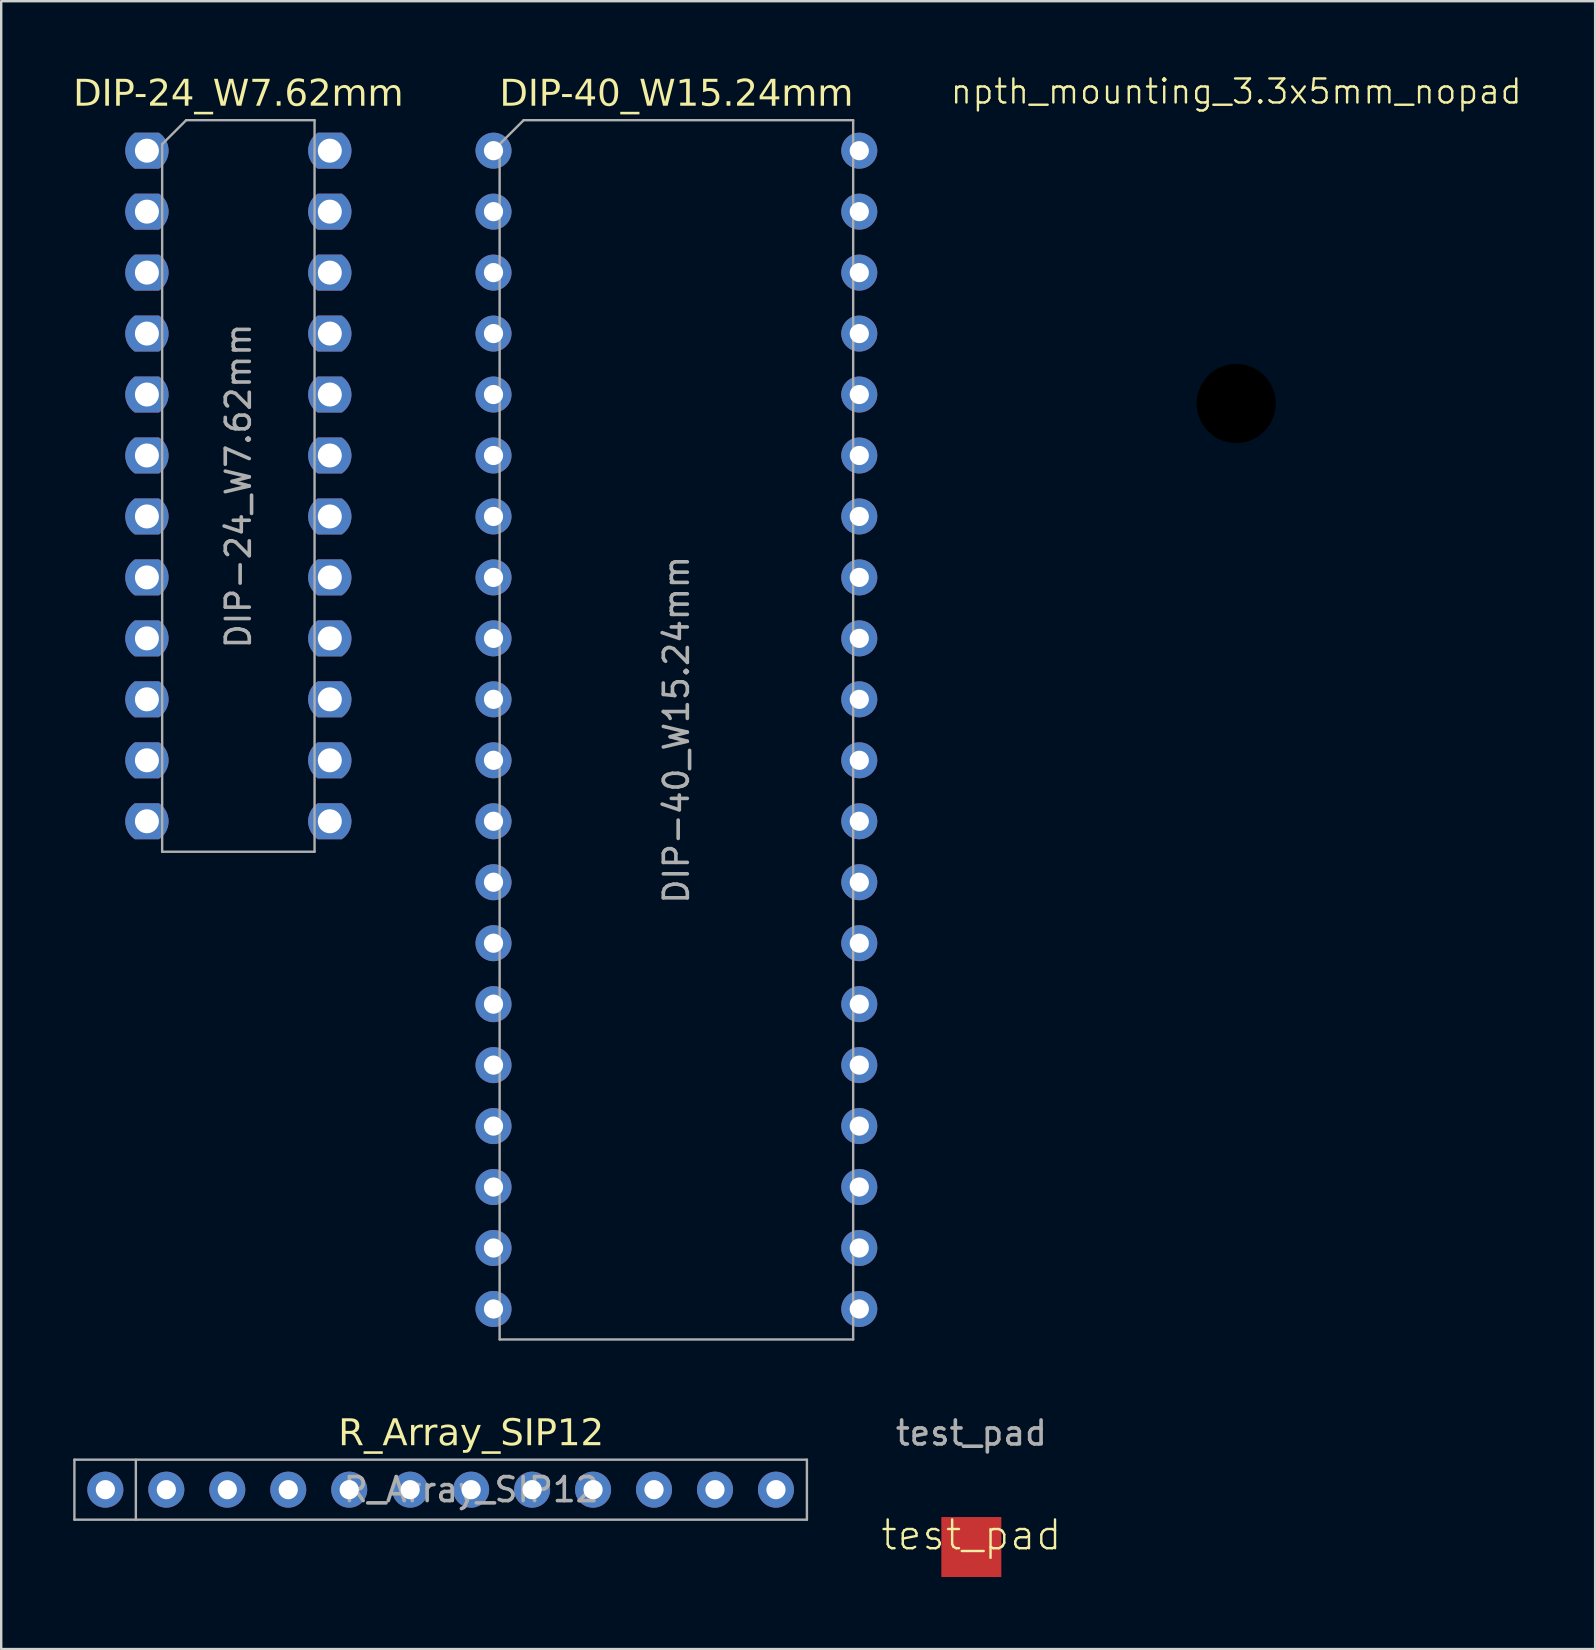
<source format=kicad_pcb>
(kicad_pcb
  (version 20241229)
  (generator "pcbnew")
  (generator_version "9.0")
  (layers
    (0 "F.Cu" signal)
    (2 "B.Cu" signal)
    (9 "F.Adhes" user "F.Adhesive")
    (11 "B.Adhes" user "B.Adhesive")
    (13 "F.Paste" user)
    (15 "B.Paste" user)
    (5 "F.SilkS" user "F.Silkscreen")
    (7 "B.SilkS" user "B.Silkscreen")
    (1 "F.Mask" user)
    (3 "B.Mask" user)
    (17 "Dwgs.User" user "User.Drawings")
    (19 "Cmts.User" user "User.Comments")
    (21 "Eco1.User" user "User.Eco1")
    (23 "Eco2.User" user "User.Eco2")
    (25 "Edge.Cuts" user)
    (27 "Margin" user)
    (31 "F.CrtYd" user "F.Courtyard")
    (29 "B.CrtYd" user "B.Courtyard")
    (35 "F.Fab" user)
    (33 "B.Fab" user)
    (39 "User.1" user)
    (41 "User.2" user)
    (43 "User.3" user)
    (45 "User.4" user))
  (footprint "R_Array_SIP12"
    (layer "F.Cu")
    (at 1.34 59.017)
    (property "Reference" "R_Array_SIP12" (at 15.24 -2.31 0) (layer "F.SilkS") (effects (font (face "FMD_PCB") (size 1.1 1.1) (thickness 0.15))))
    (attr through_hole)
    (fp_line (start -1.29 -1.25) (end -1.29 1.25) (stroke (width 0.1) (type solid)) (layer "F.Fab"))
    (fp_line (start -1.29 1.25) (end 29.23 1.25) (stroke (width 0.1) (type solid)) (layer "F.Fab"))
    (fp_line (start 1.27 -1.25) (end 1.27 1.25) (stroke (width 0.1) (type solid)) (layer "F.Fab"))
    (fp_line (start 29.23 -1.25) (end -1.29 -1.25) (stroke (width 0.1) (type solid)) (layer "F.Fab"))
    (fp_line (start 29.23 1.25) (end 29.23 -1.25) (stroke (width 0.1) (type solid)) (layer "F.Fab"))
    (fp_text user "${REFERENCE}" (at 15.24 0 0) (layer "F.Fab") (effects (font (size 1 1) (thickness 0.15))))
    (pad "1" thru_hole circle (at 0 0) (size 1.5 1.5) (drill 0.8) (layers "*.Cu" "*.Mask"))
    (pad "2" thru_hole circle (at 2.54 0) (size 1.5 1.5) (drill 0.8) (layers "*.Cu" "*.Mask"))
    (pad "3" thru_hole circle (at 5.08 0) (size 1.5 1.5) (drill 0.8) (layers "*.Cu" "*.Mask"))
    (pad "4" thru_hole circle (at 7.62 0) (size 1.5 1.5) (drill 0.8) (layers "*.Cu" "*.Mask"))
    (pad "5" thru_hole circle (at 10.16 0) (size 1.5 1.5) (drill 0.8) (layers "*.Cu" "*.Mask"))
    (pad "6" thru_hole circle (at 12.7 0) (size 1.5 1.5) (drill 0.8) (layers "*.Cu" "*.Mask"))
    (pad "7" thru_hole circle (at 15.24 0) (size 1.5 1.5) (drill 0.8) (layers "*.Cu" "*.Mask"))
    (pad "8" thru_hole circle (at 17.78 0) (size 1.5 1.5) (drill 0.8) (layers "*.Cu" "*.Mask"))
    (pad "9" thru_hole circle (at 20.32 0) (size 1.5 1.5) (drill 0.8) (layers "*.Cu" "*.Mask"))
    (pad "10" thru_hole circle (at 22.86 0) (size 1.5 1.5) (drill 0.8) (layers "*.Cu" "*.Mask"))
    (pad "11" thru_hole circle (at 25.4 0) (size 1.5 1.5) (drill 0.8) (layers "*.Cu" "*.Mask"))
    (pad "12" thru_hole circle (at 27.94 0) (size 1.5 1.5) (drill 0.8) (layers "*.Cu" "*.Mask")))
  (footprint "test_pad"
    (layer "F.Cu")
    (at 37.421 61.407)
    (property "Reference" "test_pad" (at 0 -0.5 0) (unlocked yes) (layer "F.SilkS") (effects (font (size 1.2 1.2) (thickness 0.1))))
    (attr smd)
    (fp_text user "${REFERENCE}" (at 0 -4.75 0) (unlocked yes) (layer "F.Fab") (effects (font (size 1 1) (thickness 0.15))))
    (pad "1" smd rect (at 0 0) (size 2.5 2.5) (layers "F.Cu" "F.Mask" "F.Paste")))
  (footprint "DIP-40_W15.24mm"
    (layer "F.Cu")
    (at 17.512 3.228)
    (property "Reference" "DIP-40_W15.24mm" (at 7.62 -2.33 0) (layer "F.SilkS") (effects (font (face "FMD_PCB") (size 1.1 1.1) (thickness 0.15))))
    (attr through_hole)
    (fp_line (start 0.255 -0.27) (end 1.255 -1.27) (stroke (width 0.1) (type solid)) (layer "F.Fab"))
    (fp_line (start 0.255 49.53) (end 0.255 -0.27) (stroke (width 0.1) (type solid)) (layer "F.Fab"))
    (fp_line (start 1.255 -1.27) (end 14.985 -1.27) (stroke (width 0.1) (type solid)) (layer "F.Fab"))
    (fp_line (start 14.985 -1.27) (end 14.985 49.53) (stroke (width 0.1) (type solid)) (layer "F.Fab"))
    (fp_line (start 14.985 49.53) (end 0.255 49.53) (stroke (width 0.1) (type solid)) (layer "F.Fab"))
    (fp_text user "${REFERENCE}" (at 7.62 24.13 90) (layer "F.Fab") (effects (font (size 1 1) (thickness 0.15))))
    (pad "1" thru_hole circle (at 0 0) (size 1.5 1.5) (drill 0.8) (layers "*.Cu" "*.Mask"))
    (pad "2" thru_hole circle (at 0 2.54) (size 1.5 1.5) (drill 0.8) (layers "*.Cu" "*.Mask"))
    (pad "3" thru_hole circle (at 0 5.08) (size 1.5 1.5) (drill 0.8) (layers "*.Cu" "*.Mask"))
    (pad "4" thru_hole circle (at 0 7.62) (size 1.5 1.5) (drill 0.8) (layers "*.Cu" "*.Mask"))
    (pad "5" thru_hole circle (at 0 10.16) (size 1.5 1.5) (drill 0.8) (layers "*.Cu" "*.Mask"))
    (pad "6" thru_hole circle (at 0 12.7) (size 1.5 1.5) (drill 0.8) (layers "*.Cu" "*.Mask"))
    (pad "7" thru_hole circle (at 0 15.24) (size 1.5 1.5) (drill 0.8) (layers "*.Cu" "*.Mask"))
    (pad "8" thru_hole circle (at 0 17.78) (size 1.5 1.5) (drill 0.8) (layers "*.Cu" "*.Mask"))
    (pad "9" thru_hole circle (at 0 20.32) (size 1.5 1.5) (drill 0.8) (layers "*.Cu" "*.Mask"))
    (pad "10" thru_hole circle (at 0 22.86) (size 1.5 1.5) (drill 0.8) (layers "*.Cu" "*.Mask"))
    (pad "11" thru_hole circle (at 0 25.4) (size 1.5 1.5) (drill 0.8) (layers "*.Cu" "*.Mask"))
    (pad "12" thru_hole circle (at 0 27.94) (size 1.5 1.5) (drill 0.8) (layers "*.Cu" "*.Mask"))
    (pad "13" thru_hole circle (at 0 30.48) (size 1.5 1.5) (drill 0.8) (layers "*.Cu" "*.Mask"))
    (pad "14" thru_hole circle (at 0 33.02) (size 1.5 1.5) (drill 0.8) (layers "*.Cu" "*.Mask"))
    (pad "15" thru_hole circle (at 0 35.56) (size 1.5 1.5) (drill 0.8) (layers "*.Cu" "*.Mask"))
    (pad "16" thru_hole circle (at 0 38.1) (size 1.5 1.5) (drill 0.8) (layers "*.Cu" "*.Mask"))
    (pad "17" thru_hole circle (at 0 40.64) (size 1.5 1.5) (drill 0.8) (layers "*.Cu" "*.Mask"))
    (pad "18" thru_hole circle (at 0 43.18) (size 1.5 1.5) (drill 0.8) (layers "*.Cu" "*.Mask"))
    (pad "19" thru_hole circle (at 0 45.72) (size 1.5 1.5) (drill 0.8) (layers "*.Cu" "*.Mask"))
    (pad "20" thru_hole circle (at 0 48.26) (size 1.5 1.5) (drill 0.8) (layers "*.Cu" "*.Mask"))
    (pad "21" thru_hole circle (at 15.24 48.26) (size 1.5 1.5) (drill 0.8) (layers "*.Cu" "*.Mask"))
    (pad "22" thru_hole circle (at 15.24 45.72) (size 1.5 1.5) (drill 0.8) (layers "*.Cu" "*.Mask"))
    (pad "23" thru_hole circle (at 15.24 43.18) (size 1.5 1.5) (drill 0.8) (layers "*.Cu" "*.Mask"))
    (pad "24" thru_hole circle (at 15.24 40.64) (size 1.5 1.5) (drill 0.8) (layers "*.Cu" "*.Mask"))
    (pad "25" thru_hole circle (at 15.24 38.1) (size 1.5 1.5) (drill 0.8) (layers "*.Cu" "*.Mask"))
    (pad "26" thru_hole circle (at 15.24 35.56) (size 1.5 1.5) (drill 0.8) (layers "*.Cu" "*.Mask"))
    (pad "27" thru_hole circle (at 15.24 33.02) (size 1.5 1.5) (drill 0.8) (layers "*.Cu" "*.Mask"))
    (pad "28" thru_hole circle (at 15.24 30.48) (size 1.5 1.5) (drill 0.8) (layers "*.Cu" "*.Mask"))
    (pad "29" thru_hole circle (at 15.24 27.94) (size 1.5 1.5) (drill 0.8) (layers "*.Cu" "*.Mask"))
    (pad "30" thru_hole circle (at 15.24 25.4) (size 1.5 1.5) (drill 0.8) (layers "*.Cu" "*.Mask"))
    (pad "31" thru_hole circle (at 15.24 22.86) (size 1.5 1.5) (drill 0.8) (layers "*.Cu" "*.Mask"))
    (pad "32" thru_hole circle (at 15.24 20.32) (size 1.5 1.5) (drill 0.8) (layers "*.Cu" "*.Mask"))
    (pad "33" thru_hole circle (at 15.24 17.78) (size 1.5 1.5) (drill 0.8) (layers "*.Cu" "*.Mask"))
    (pad "34" thru_hole circle (at 15.24 15.24) (size 1.5 1.5) (drill 0.8) (layers "*.Cu" "*.Mask"))
    (pad "35" thru_hole circle (at 15.24 12.7) (size 1.5 1.5) (drill 0.8) (layers "*.Cu" "*.Mask"))
    (pad "36" thru_hole circle (at 15.24 10.16) (size 1.5 1.5) (drill 0.8) (layers "*.Cu" "*.Mask"))
    (pad "37" thru_hole circle (at 15.24 7.62) (size 1.5 1.5) (drill 0.8) (layers "*.Cu" "*.Mask"))
    (pad "38" thru_hole circle (at 15.24 5.08) (size 1.5 1.5) (drill 0.8) (layers "*.Cu" "*.Mask"))
    (pad "39" thru_hole circle (at 15.24 2.54) (size 1.5 1.5) (drill 0.8) (layers "*.Cu" "*.Mask"))
    (pad "40" thru_hole circle (at 15.24 0) (size 1.5 1.5) (drill 0.8) (layers "*.Cu" "*.Mask")))
  (footprint "DIP-24_W7.62mm"
    (layer "F.Cu")
    (at 3.071 3.228)
    (property "Reference" "DIP-24_W7.62mm" (at 3.81 -2.33 0) (layer "F.SilkS") (effects (font (face "FMD_PCB") (size 1.1 1.1) (thickness 0.15))))
    (attr through_hole)
    (fp_line (start 0.635 -0.27) (end 1.635 -1.27) (stroke (width 0.1) (type solid)) (layer "F.Fab"))
    (fp_line (start 0.635 29.21) (end 0.635 -0.27) (stroke (width 0.1) (type solid)) (layer "F.Fab"))
    (fp_line (start 1.635 -1.27) (end 6.985 -1.27) (stroke (width 0.1) (type solid)) (layer "F.Fab"))
    (fp_line (start 6.985 -1.27) (end 6.985 29.21) (stroke (width 0.1) (type solid)) (layer "F.Fab"))
    (fp_line (start 6.985 29.21) (end 0.635 29.21) (stroke (width 0.1) (type solid)) (layer "F.Fab"))
    (fp_text user "${REFERENCE}" (at 3.81 13.97 90) (layer "F.Fab") (effects (font (size 1 1) (thickness 0.15))))
    (pad "1" thru_hole custom (at 0 0) (size 1.5 1.5) (drill 1) (layers "*.Cu" "*.Mask") (options (anchor circle)) (primitives (gr_poly (pts (arc (start -0.5 -0.75) (mid -0.901388 0) (end -0.5 0.75)) (arc (start 0.5 0.75) (mid 0.901388 0) (end 0.5 -0.75))) (width 0) (fill yes))))
    (pad "2" thru_hole custom (at 0 2.54) (size 1.5 1.5) (drill 1) (layers "*.Cu" "*.Mask") (options (anchor circle)) (primitives (gr_poly (pts (arc (start -0.5 -0.75) (mid -0.901388 0) (end -0.5 0.75)) (arc (start 0.5 0.75) (mid 0.901388 0) (end 0.5 -0.75))) (width 0) (fill yes))))
    (pad "3" thru_hole custom (at 0 5.08) (size 1.5 1.5) (drill 1) (layers "*.Cu" "*.Mask") (options (anchor circle)) (primitives (gr_poly (pts (arc (start -0.5 -0.75) (mid -0.901388 0) (end -0.5 0.75)) (arc (start 0.5 0.75) (mid 0.901388 0) (end 0.5 -0.75))) (width 0) (fill yes))))
    (pad "4" thru_hole custom (at 0 7.62) (size 1.5 1.5) (drill 1) (layers "*.Cu" "*.Mask") (options (anchor circle)) (primitives (gr_poly (pts (arc (start -0.5 -0.75) (mid -0.901388 0) (end -0.5 0.75)) (arc (start 0.5 0.75) (mid 0.901388 0) (end 0.5 -0.75))) (width 0) (fill yes))))
    (pad "5" thru_hole custom (at 0 10.16) (size 1.5 1.5) (drill 1) (layers "*.Cu" "*.Mask") (options (anchor circle)) (primitives (gr_poly (pts (arc (start -0.5 -0.75) (mid -0.901388 0) (end -0.5 0.75)) (arc (start 0.5 0.75) (mid 0.901388 0) (end 0.5 -0.75))) (width 0) (fill yes))))
    (pad "6" thru_hole custom (at 0 12.7) (size 1.5 1.5) (drill 1) (layers "*.Cu" "*.Mask") (options (anchor circle)) (primitives (gr_poly (pts (arc (start -0.5 -0.75) (mid -0.901388 0) (end -0.5 0.75)) (arc (start 0.5 0.75) (mid 0.901388 0) (end 0.5 -0.75))) (width 0) (fill yes))))
    (pad "7" thru_hole custom (at 0 15.24) (size 1.5 1.5) (drill 1) (layers "*.Cu" "*.Mask") (options (anchor circle)) (primitives (gr_poly (pts (arc (start -0.5 -0.75) (mid -0.901388 0) (end -0.5 0.75)) (arc (start 0.5 0.75) (mid 0.901388 0) (end 0.5 -0.75))) (width 0) (fill yes))))
    (pad "8" thru_hole custom (at 0 17.78) (size 1.5 1.5) (drill 1) (layers "*.Cu" "*.Mask") (options (anchor circle)) (primitives (gr_poly (pts (arc (start -0.5 -0.75) (mid -0.901388 0) (end -0.5 0.75)) (arc (start 0.5 0.75) (mid 0.901388 0) (end 0.5 -0.75))) (width 0) (fill yes))))
    (pad "9" thru_hole custom (at 0 20.32) (size 1.5 1.5) (drill 1) (layers "*.Cu" "*.Mask") (options (anchor circle)) (primitives (gr_poly (pts (arc (start -0.5 -0.75) (mid -0.901388 0) (end -0.5 0.75)) (arc (start 0.5 0.75) (mid 0.901388 0) (end 0.5 -0.75))) (width 0) (fill yes))))
    (pad "10" thru_hole custom (at 0 22.86) (size 1.5 1.5) (drill 1) (layers "*.Cu" "*.Mask") (options (anchor circle)) (primitives (gr_poly (pts (arc (start -0.5 -0.75) (mid -0.901388 0) (end -0.5 0.75)) (arc (start 0.5 0.75) (mid 0.901388 0) (end 0.5 -0.75))) (width 0) (fill yes))))
    (pad "11" thru_hole custom (at 0 25.4) (size 1.5 1.5) (drill 1) (layers "*.Cu" "*.Mask") (options (anchor circle)) (primitives (gr_poly (pts (arc (start -0.5 -0.75) (mid -0.901388 0) (end -0.5 0.75)) (arc (start 0.5 0.75) (mid 0.901388 0) (end 0.5 -0.75))) (width 0) (fill yes))))
    (pad "12" thru_hole custom (at 0 27.94) (size 1.5 1.5) (drill 1) (layers "*.Cu" "*.Mask") (options (anchor circle)) (primitives (gr_poly (pts (arc (start -0.5 -0.75) (mid -0.901388 0) (end -0.5 0.75)) (arc (start 0.5 0.75) (mid 0.901388 0) (end 0.5 -0.75))) (width 0) (fill yes))))
    (pad "13" thru_hole custom (at 7.62 27.94) (size 1.5 1.5) (drill 1) (layers "*.Cu" "*.Mask") (options (anchor circle)) (primitives (gr_poly (pts (arc (start -0.5 -0.75) (mid -0.901388 0) (end -0.5 0.75)) (arc (start 0.5 0.75) (mid 0.901388 0) (end 0.5 -0.75))) (width 0) (fill yes))))
    (pad "14" thru_hole custom (at 7.62 25.4) (size 1.5 1.5) (drill 1) (layers "*.Cu" "*.Mask") (options (anchor circle)) (primitives (gr_poly (pts (arc (start -0.5 -0.75) (mid -0.901388 0) (end -0.5 0.75)) (arc (start 0.5 0.75) (mid 0.901388 0) (end 0.5 -0.75))) (width 0) (fill yes))))
    (pad "15" thru_hole custom (at 7.62 22.86) (size 1.5 1.5) (drill 1) (layers "*.Cu" "*.Mask") (options (anchor circle)) (primitives (gr_poly (pts (arc (start -0.5 -0.75) (mid -0.901388 0) (end -0.5 0.75)) (arc (start 0.5 0.75) (mid 0.901388 0) (end 0.5 -0.75))) (width 0) (fill yes))))
    (pad "16" thru_hole custom (at 7.62 20.32) (size 1.5 1.5) (drill 1) (layers "*.Cu" "*.Mask") (options (anchor circle)) (primitives (gr_poly (pts (arc (start -0.5 -0.75) (mid -0.901388 0) (end -0.5 0.75)) (arc (start 0.5 0.75) (mid 0.901388 0) (end 0.5 -0.75))) (width 0) (fill yes))))
    (pad "17" thru_hole custom (at 7.62 17.78) (size 1.5 1.5) (drill 1) (layers "*.Cu" "*.Mask") (options (anchor circle)) (primitives (gr_poly (pts (arc (start -0.5 -0.75) (mid -0.901388 0) (end -0.5 0.75)) (arc (start 0.5 0.75) (mid 0.901388 0) (end 0.5 -0.75))) (width 0) (fill yes))))
    (pad "18" thru_hole custom (at 7.62 15.24) (size 1.5 1.5) (drill 1) (layers "*.Cu" "*.Mask") (options (anchor circle)) (primitives (gr_poly (pts (arc (start -0.5 -0.75) (mid -0.901388 0) (end -0.5 0.75)) (arc (start 0.5 0.75) (mid 0.901388 0) (end 0.5 -0.75))) (width 0) (fill yes))))
    (pad "19" thru_hole custom (at 7.62 12.7) (size 1.5 1.5) (drill 1) (layers "*.Cu" "*.Mask") (options (anchor circle)) (primitives (gr_poly (pts (arc (start -0.5 -0.75) (mid -0.901388 0) (end -0.5 0.75)) (arc (start 0.5 0.75) (mid 0.901388 0) (end 0.5 -0.75))) (width 0) (fill yes))))
    (pad "20" thru_hole custom (at 7.62 10.16) (size 1.5 1.5) (drill 1) (layers "*.Cu" "*.Mask") (options (anchor circle)) (primitives (gr_poly (pts (arc (start -0.5 -0.75) (mid -0.901388 0) (end -0.5 0.75)) (arc (start 0.5 0.75) (mid 0.901388 0) (end 0.5 -0.75))) (width 0) (fill yes))))
    (pad "21" thru_hole custom (at 7.62 7.62) (size 1.5 1.5) (drill 1) (layers "*.Cu" "*.Mask") (options (anchor circle)) (primitives (gr_poly (pts (arc (start -0.5 -0.75) (mid -0.901388 0) (end -0.5 0.75)) (arc (start 0.5 0.75) (mid 0.901388 0) (end 0.5 -0.75))) (width 0) (fill yes))))
    (pad "22" thru_hole custom (at 7.62 5.08) (size 1.5 1.5) (drill 1) (layers "*.Cu" "*.Mask") (options (anchor circle)) (primitives (gr_poly (pts (arc (start -0.5 -0.75) (mid -0.901388 0) (end -0.5 0.75)) (arc (start 0.5 0.75) (mid 0.901388 0) (end 0.5 -0.75))) (width 0) (fill yes))))
    (pad "23" thru_hole custom (at 7.62 2.54) (size 1.5 1.5) (drill 1) (layers "*.Cu" "*.Mask") (options (anchor circle)) (primitives (gr_poly (pts (arc (start -0.5 -0.75) (mid -0.901388 0) (end -0.5 0.75)) (arc (start 0.5 0.75) (mid 0.901388 0) (end 0.5 -0.75))) (width 0) (fill yes))))
    (pad "24" thru_hole custom (at 7.62 0) (size 1.5 1.5) (drill 1) (layers "*.Cu" "*.Mask") (options (anchor circle)) (primitives (gr_poly (pts (arc (start -0.5 -0.75) (mid -0.901388 0) (end -0.5 0.75)) (arc (start 0.5 0.75) (mid 0.901388 0) (end 0.5 -0.75))) (width 0) (fill yes)))))
  (footprint "npth_mounting_3.3x5mm_nopad"
    (layer "F.Cu")
    (at 48.457 13.761)
    (property "Reference" "npth_mounting_3.3x5mm_nopad" (at 0 -13 0) (unlocked yes) (layer "F.SilkS") (effects (font (size 1 1) (thickness 0.1))))
    (attr through_hole)
    (pad "" np_thru_hole circle (at 0 0) (size 5 5) (drill 3.3) (layers "*.Mask")))
  (gr_rect
    (start -3 -3)
    (end 63.412 65.657)
    (stroke (width 0.1) (type default))
    (fill no)
    (layer "Edge.Cuts")))
</source>
